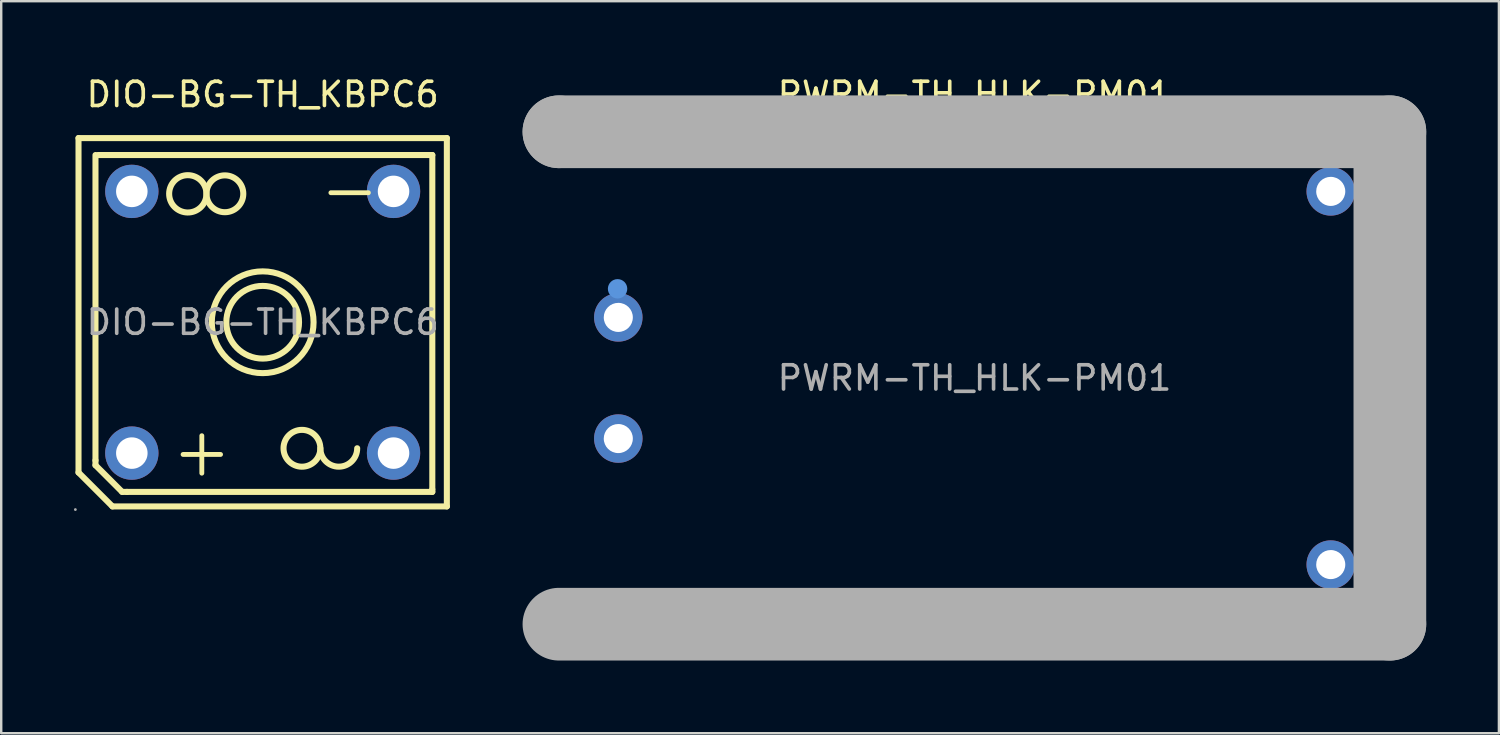
<source format=kicad_pcb>
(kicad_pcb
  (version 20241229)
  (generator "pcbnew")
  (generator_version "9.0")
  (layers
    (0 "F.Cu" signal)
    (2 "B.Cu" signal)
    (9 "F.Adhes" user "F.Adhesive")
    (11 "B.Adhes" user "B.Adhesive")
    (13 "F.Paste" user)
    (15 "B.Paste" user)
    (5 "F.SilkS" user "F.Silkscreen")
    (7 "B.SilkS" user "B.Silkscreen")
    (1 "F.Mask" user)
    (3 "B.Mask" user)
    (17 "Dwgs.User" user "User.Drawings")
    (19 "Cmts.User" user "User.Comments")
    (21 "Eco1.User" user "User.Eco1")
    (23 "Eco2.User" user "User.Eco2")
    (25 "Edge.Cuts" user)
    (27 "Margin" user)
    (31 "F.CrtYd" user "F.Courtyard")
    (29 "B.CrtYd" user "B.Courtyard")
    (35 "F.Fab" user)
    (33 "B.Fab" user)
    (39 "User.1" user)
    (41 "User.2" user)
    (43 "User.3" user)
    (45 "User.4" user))
  (footprint "PWRM-TH_HLK-PM01"
    (layer "F.Cu")
    (at 37.165 12.548)
    (property "Reference" "PWRM-TH_HLK-PM01" (at 0 -11.7 0) (layer "F.SilkS") (effects (font (size 1 1) (thickness 0.15))))
    (attr through_hole)
    (fp_circle (center -14.73 -3.68) (end -14.53 -3.68) (stroke (width 0.4) (type solid)) (fill no) (layer "Cmts.User"))
    (fp_line (start -17.15 -10.16) (end -17.15 -10.16) (stroke (width 3) (type solid)) (layer "F.Fab"))
    (fp_line (start -17.15 -10.16) (end 17.14 -10.16) (stroke (width 3) (type solid)) (layer "F.Fab"))
    (fp_line (start 17.14 -10.16) (end 17.14 10.16) (stroke (width 3) (type solid)) (layer "F.Fab"))
    (fp_line (start 17.14 10.16) (end -17.15 10.16) (stroke (width 3) (type solid)) (layer "F.Fab"))
    (fp_circle (center -17 -10) (end -16.97 -10) (stroke (width 0.06) (type solid)) (fill no) (layer "F.Fab"))
    (fp_circle (center -14.7 -2.5) (end -14.5 -2.5) (stroke (width 0.4) (type solid)) (fill no) (layer "F.Fab"))
    (fp_circle (center -14.7 2.5) (end -14.5 2.5) (stroke (width 0.4) (type solid)) (fill no) (layer "F.Fab"))
    (fp_circle (center 14.7 -7.7) (end 14.9 -7.7) (stroke (width 0.4) (type solid)) (fill no) (layer "F.Fab"))
    (fp_circle (center 14.7 7.7) (end 14.9 7.7) (stroke (width 0.4) (type solid)) (fill no) (layer "F.Fab"))
    (fp_text user "${REFERENCE}" (at 0 0 0) (layer "F.Fab") (effects (font (size 1 1) (thickness 0.15))))
    (pad "1" thru_hole circle (at -14.7 -2.5) (size 2 2) (drill 1.2) (layers "*.Cu" "*.Mask"))
    (pad "2" thru_hole circle (at -14.7 2.5) (size 2 2) (drill 1.2) (layers "*.Cu" "*.Mask"))
    (pad "3" thru_hole circle (at 14.7 -7.7) (size 2 2) (drill 1.2) (layers "*.Cu" "*.Mask"))
    (pad "4" thru_hole circle (at 14.7 7.7) (size 2 2) (drill 1.2) (layers "*.Cu" "*.Mask")))
  (footprint "DIO-BG-TH_KBPC6"
    (layer "F.Cu")
    (at 7.79 10.248)
    (property "Reference" "DIO-BG-TH_KBPC6" (at 0 -9.4 0) (layer "F.SilkS") (effects (font (size 1 1) (thickness 0.15))))
    (attr through_hole)
    (fp_line (start -7.6 -7.6) (end 7.6 -7.6) (stroke (width 0.25) (type solid)) (layer "F.SilkS"))
    (fp_line (start -7.6 6.2) (end -7.6 -7.6) (stroke (width 0.25) (type solid)) (layer "F.SilkS"))
    (fp_line (start -6.9 5.7) (end -6.9 -6.9) (stroke (width 0.25) (type solid)) (layer "F.SilkS"))
    (fp_line (start -6.9 5.7) (end -6.9 5.9) (stroke (width 0.25) (type solid)) (layer "F.SilkS"))
    (fp_line (start -6.9 5.9) (end -5.8 7) (stroke (width 0.25) (type solid)) (layer "F.SilkS"))
    (fp_line (start -6.8 -6.9) (end 7 -6.9) (stroke (width 0.25) (type solid)) (layer "F.SilkS"))
    (fp_line (start -6.2 7.6) (end -7.6 6.2) (stroke (width 0.25) (type solid)) (layer "F.SilkS"))
    (fp_line (start -5.8 7) (end -5.6 7) (stroke (width 0.25) (type solid)) (layer "F.SilkS"))
    (fp_line (start 7 -6.9) (end 7 6.9) (stroke (width 0.25) (type solid)) (layer "F.SilkS"))
    (fp_line (start 7 6.9) (end 7 7) (stroke (width 0.25) (type solid)) (layer "F.SilkS"))
    (fp_line (start 7 7) (end -5.6 7) (stroke (width 0.25) (type solid)) (layer "F.SilkS"))
    (fp_line (start 7.6 -7.6) (end 7.6 7.6) (stroke (width 0.25) (type solid)) (layer "F.SilkS"))
    (fp_line (start 7.6 7.6) (end -6.2 7.6) (stroke (width 0.25) (type solid)) (layer "F.SilkS"))
    (fp_arc (start -2.320117 -5.286562) (mid -3.859971 -5.306719) (end -2.32 -5.3) (stroke (width 0.25) (type solid)) (layer "F.SilkS"))
    (fp_arc (start -2.319884 -5.313264) (mid -0.800029 -5.293368) (end -2.32 -5.3) (stroke (width 0.25) (type solid)) (layer "F.SilkS"))
    (fp_arc (start 2.379884 5.213264) (mid 0.860029 5.193368) (end 2.38 5.2) (stroke (width 0.25) (type solid)) (layer "F.SilkS"))
    (fp_arc (start 3.9 5.2) (mid 3.14 5.96) (end 2.38 5.2) (stroke (width 0.25) (type solid)) (layer "F.SilkS"))
    (fp_circle (center 0 0) (end 1.5 0) (stroke (width 0.25) (type solid)) (fill no) (layer "F.SilkS"))
    (fp_circle (center 0 0) (end 2.1 0) (stroke (width 0.25) (type solid)) (fill no) (layer "F.SilkS"))
    (fp_circle (center -7.73 7.73) (end -7.7 7.73) (stroke (width 0.06) (type solid)) (fill no) (layer "F.Fab"))
    (fp_circle (center -5.4 -5.4) (end -5.12 -5.4) (stroke (width 0.55) (type solid)) (fill no) (layer "F.Fab"))
    (fp_circle (center -5.4 5.4) (end -5.12 5.4) (stroke (width 0.55) (type solid)) (fill no) (layer "F.Fab"))
    (fp_circle (center 5.4 -5.4) (end 5.68 -5.4) (stroke (width 0.55) (type solid)) (fill no) (layer "F.Fab"))
    (fp_circle (center 5.4 5.4) (end 5.68 5.4) (stroke (width 0.55) (type solid)) (fill no) (layer "F.Fab"))
    (fp_text user "+" (at -3.9 5.3 0) (layer "F.SilkS") (effects (font (size 2.03 2.03) (thickness 0.2)) (justify left)))
    (fp_text user "-" (at 2.2 -5.5 0) (layer "F.SilkS") (effects (font (size 2.03 2.03) (thickness 0.2)) (justify left)))
    (fp_text user "${REFERENCE}" (at 0 0 0) (layer "F.Fab") (effects (font (size 1 1) (thickness 0.15))))
    (pad "1" thru_hole circle (at -5.4 5.4) (size 2.2 2.2) (drill 1.3) (layers "*.Cu" "*.Mask"))
    (pad "2" thru_hole circle (at -5.4 -5.4) (size 2.2 2.2) (drill 1.3) (layers "*.Cu" "*.Mask"))
    (pad "3" thru_hole circle (at 5.4 -5.4) (size 2.2 2.2) (drill 1.3) (layers "*.Cu" "*.Mask"))
    (pad "4" thru_hole circle (at 5.4 5.4) (size 2.2 2.2) (drill 1.3) (layers "*.Cu" "*.Mask")))
  (gr_rect
    (start -3 -3)
    (end 58.805 27.208)
    (stroke (width 0.1) (type default))
    (fill no)
    (layer "Edge.Cuts")))
</source>
